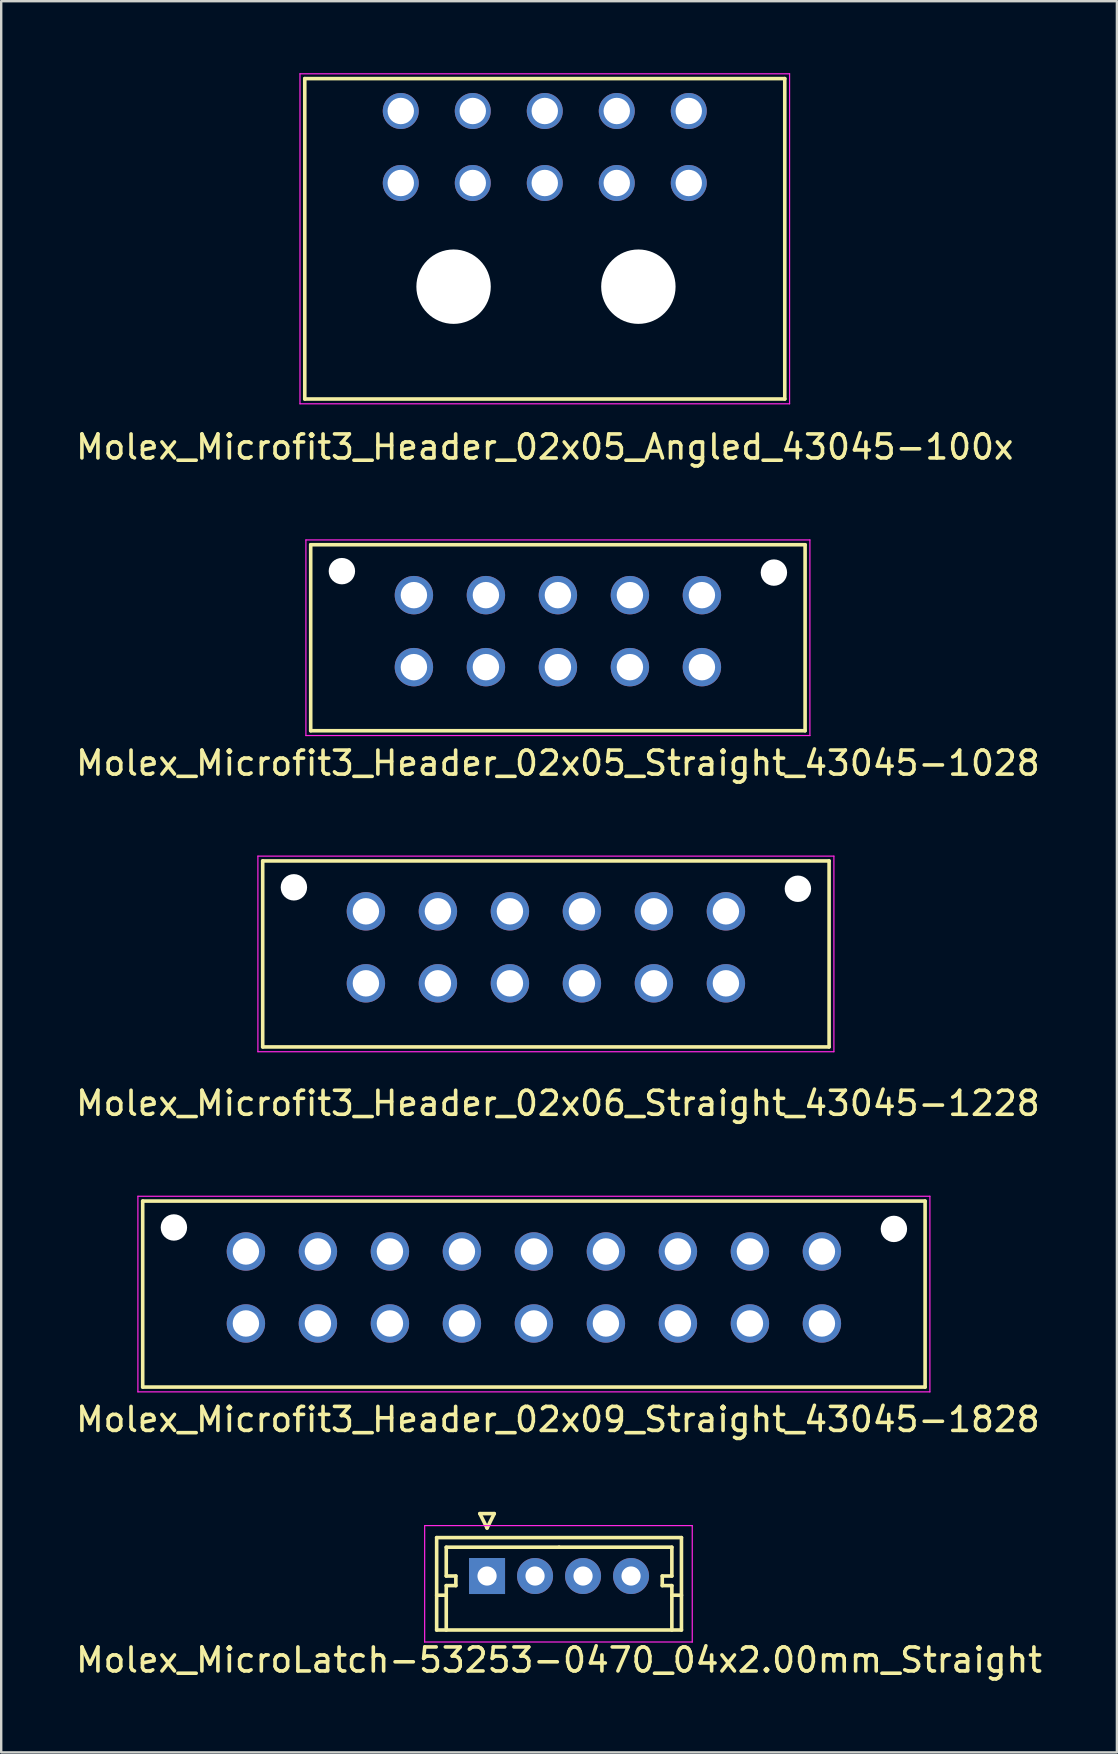
<source format=kicad_pcb>
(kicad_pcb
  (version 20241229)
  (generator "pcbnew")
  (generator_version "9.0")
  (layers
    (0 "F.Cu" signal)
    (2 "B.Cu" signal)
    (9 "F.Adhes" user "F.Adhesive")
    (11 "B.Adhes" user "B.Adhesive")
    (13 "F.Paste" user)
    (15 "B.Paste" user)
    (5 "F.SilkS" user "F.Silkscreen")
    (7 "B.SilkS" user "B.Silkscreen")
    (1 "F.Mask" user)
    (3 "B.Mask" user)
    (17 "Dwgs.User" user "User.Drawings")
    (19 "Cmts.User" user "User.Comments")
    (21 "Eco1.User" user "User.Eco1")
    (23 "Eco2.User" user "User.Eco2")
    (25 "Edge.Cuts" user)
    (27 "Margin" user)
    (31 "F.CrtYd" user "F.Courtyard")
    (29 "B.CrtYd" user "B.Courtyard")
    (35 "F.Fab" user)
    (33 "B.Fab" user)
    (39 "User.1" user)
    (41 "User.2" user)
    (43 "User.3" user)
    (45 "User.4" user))
  (footprint "Molex_MicroLatch-53253-0470_04x2.00mm_Straight"
    (layer "F.Cu")
    (at 17.244 62.618)
    (property "Reference" "Molex_MicroLatch-53253-0470_04x2.00mm_Straight" (at 3 3.5 0) (layer "F.SilkS") (effects (font (size 1 1) (thickness 0.15))))
    (attr through_hole)
    (fp_line (start -2.1 -1.6) (end -2.1 2.25) (stroke (width 0.15) (type solid)) (layer "F.SilkS"))
    (fp_line (start -2.1 0.8) (end -1.7 0.8) (stroke (width 0.15) (type solid)) (layer "F.SilkS"))
    (fp_line (start -2.1 2.25) (end 8.1 2.25) (stroke (width 0.15) (type solid)) (layer "F.SilkS"))
    (fp_line (start -1.7 -1.2) (end -1.7 0) (stroke (width 0.15) (type solid)) (layer "F.SilkS"))
    (fp_line (start -1.7 0) (end -1.3 0) (stroke (width 0.15) (type solid)) (layer "F.SilkS"))
    (fp_line (start -1.7 0.4) (end -1.7 2.25) (stroke (width 0.15) (type solid)) (layer "F.SilkS"))
    (fp_line (start -1.3 0) (end -1.3 0.4) (stroke (width 0.15) (type solid)) (layer "F.SilkS"))
    (fp_line (start -1.3 0.4) (end -1.7 0.4) (stroke (width 0.15) (type solid)) (layer "F.SilkS"))
    (fp_line (start -0.3 -2.6) (end 0.3 -2.6) (stroke (width 0.15) (type solid)) (layer "F.SilkS"))
    (fp_line (start 0 -2) (end -0.3 -2.6) (stroke (width 0.15) (type solid)) (layer "F.SilkS"))
    (fp_line (start 0.3 -2.6) (end 0 -2) (stroke (width 0.15) (type solid)) (layer "F.SilkS"))
    (fp_line (start 3 -1.2) (end -1.7 -1.2) (stroke (width 0.15) (type solid)) (layer "F.SilkS"))
    (fp_line (start 3 -1.2) (end 7.7 -1.2) (stroke (width 0.15) (type solid)) (layer "F.SilkS"))
    (fp_line (start 7.3 0) (end 7.3 0.4) (stroke (width 0.15) (type solid)) (layer "F.SilkS"))
    (fp_line (start 7.3 0.4) (end 7.7 0.4) (stroke (width 0.15) (type solid)) (layer "F.SilkS"))
    (fp_line (start 7.7 -1.2) (end 7.7 0) (stroke (width 0.15) (type solid)) (layer "F.SilkS"))
    (fp_line (start 7.7 0) (end 7.3 0) (stroke (width 0.15) (type solid)) (layer "F.SilkS"))
    (fp_line (start 7.7 0.4) (end 7.7 2.25) (stroke (width 0.15) (type solid)) (layer "F.SilkS"))
    (fp_line (start 8.1 -1.6) (end -2.1 -1.6) (stroke (width 0.15) (type solid)) (layer "F.SilkS"))
    (fp_line (start 8.1 0.8) (end 7.7 0.8) (stroke (width 0.15) (type solid)) (layer "F.SilkS"))
    (fp_line (start 8.1 2.25) (end 8.1 -1.6) (stroke (width 0.15) (type solid)) (layer "F.SilkS"))
    (fp_line (start -2.6 -2.1) (end -2.6 2.75) (stroke (width 0.05) (type solid)) (layer "F.CrtYd"))
    (fp_line (start -2.6 2.75) (end 8.55 2.75) (stroke (width 0.05) (type solid)) (layer "F.CrtYd"))
    (fp_line (start 8.55 -2.1) (end -2.6 -2.1) (stroke (width 0.05) (type solid)) (layer "F.CrtYd"))
    (fp_line (start 8.55 2.75) (end 8.55 -2.1) (stroke (width 0.05) (type solid)) (layer "F.CrtYd"))
    (pad "1" thru_hole rect (at 0 0) (size 1.5 1.5) (drill 0.8) (layers "*.Cu" "*.Mask"))
    (pad "2" thru_hole circle (at 2 0) (size 1.5 1.5) (drill 0.8) (layers "*.Cu" "*.Mask"))
    (pad "3" thru_hole circle (at 4 0) (size 1.5 1.5) (drill 0.8) (layers "*.Cu" "*.Mask"))
    (pad "4" thru_hole circle (at 6 0) (size 1.5 1.5) (drill 0.8) (layers "*.Cu" "*.Mask")))
  (footprint "Molex_Microfit3_Header_02x09_Straight_43045-1828"
    (layer "F.Cu")
    (at 31.196 52.095)
    (property "Reference" "Molex_Microfit3_Header_02x09_Straight_43045-1828" (at -11 4 0) (layer "F.SilkS") (effects (font (size 1 1) (thickness 0.15))))
    (attr through_hole)
    (fp_line (start -28.3 2.65) (end -28.3 -5.1) (stroke (width 0.15) (type solid)) (layer "F.SilkS"))
    (fp_line (start 4.3 -5.1) (end -28.3 -5.1) (stroke (width 0.15) (type solid)) (layer "F.SilkS"))
    (fp_line (start 4.3 2.65) (end -28.3 2.65) (stroke (width 0.15) (type solid)) (layer "F.SilkS"))
    (fp_line (start 4.3 2.65) (end 4.3 -5.1) (stroke (width 0.15) (type solid)) (layer "F.SilkS"))
    (fp_line (start -28.5 2.85) (end -28.5 -5.3) (stroke (width 0.05) (type solid)) (layer "F.CrtYd"))
    (fp_line (start 4.5 -5.3) (end -28.5 -5.3) (stroke (width 0.05) (type solid)) (layer "F.CrtYd"))
    (fp_line (start 4.5 2.85) (end -28.5 2.85) (stroke (width 0.05) (type solid)) (layer "F.CrtYd"))
    (fp_line (start 4.5 2.85) (end 4.5 -5.3) (stroke (width 0.05) (type solid)) (layer "F.CrtYd"))
    (pad "" np_thru_hole circle (at -27 -4) (size 1.1 1.1) (drill 1.1) (layers "*.Cu" "*.Mask"))
    (pad "" np_thru_hole circle (at 3 -3.94) (size 1.1 1.1) (drill 1.1) (layers "*.Cu" "*.Mask"))
    (pad "1" thru_hole circle (at 0 0) (size 1.6 1.6) (drill 1.1) (layers "*.Cu" "*.Mask"))
    (pad "2" thru_hole circle (at -3 0) (size 1.6 1.6) (drill 1.1) (layers "*.Cu" "*.Mask"))
    (pad "3" thru_hole circle (at -6 0) (size 1.6 1.6) (drill 1.1) (layers "*.Cu" "*.Mask"))
    (pad "4" thru_hole circle (at -9 0) (size 1.6 1.6) (drill 1.1) (layers "*.Cu" "*.Mask"))
    (pad "5" thru_hole circle (at -12 0) (size 1.6 1.6) (drill 1.1) (layers "*.Cu" "*.Mask"))
    (pad "6" thru_hole circle (at -15 0) (size 1.6 1.6) (drill 1.1) (layers "*.Cu" "*.Mask"))
    (pad "7" thru_hole circle (at -18 0) (size 1.6 1.6) (drill 1.1) (layers "*.Cu" "*.Mask"))
    (pad "8" thru_hole circle (at -21 0) (size 1.6 1.6) (drill 1.1) (layers "*.Cu" "*.Mask"))
    (pad "9" thru_hole circle (at -24 0) (size 1.6 1.6) (drill 1.1) (layers "*.Cu" "*.Mask"))
    (pad "10" thru_hole circle (at 0 -3) (size 1.6 1.6) (drill 1.1) (layers "*.Cu" "*.Mask"))
    (pad "11" thru_hole circle (at -3 -3) (size 1.6 1.6) (drill 1.1) (layers "*.Cu" "*.Mask"))
    (pad "12" thru_hole circle (at -6 -3) (size 1.6 1.6) (drill 1.1) (layers "*.Cu" "*.Mask"))
    (pad "13" thru_hole circle (at -9 -3) (size 1.6 1.6) (drill 1.1) (layers "*.Cu" "*.Mask"))
    (pad "14" thru_hole circle (at -12 -3) (size 1.6 1.6) (drill 1.1) (layers "*.Cu" "*.Mask"))
    (pad "15" thru_hole circle (at -15 -3) (size 1.6 1.6) (drill 1.1) (layers "*.Cu" "*.Mask"))
    (pad "16" thru_hole circle (at -18 -3) (size 1.6 1.6) (drill 1.1) (layers "*.Cu" "*.Mask"))
    (pad "17" thru_hole circle (at -21 -3) (size 1.6 1.6) (drill 1.1) (layers "*.Cu" "*.Mask"))
    (pad "18" thru_hole circle (at -24 -3) (size 1.6 1.6) (drill 1.1) (layers "*.Cu" "*.Mask")))
  (footprint "Molex_Microfit3_Header_02x05_Straight_43045-1028"
    (layer "F.Cu")
    (at 26.196 24.748)
    (property "Reference" "Molex_Microfit3_Header_02x05_Straight_43045-1028" (at -6 4 0) (layer "F.SilkS") (effects (font (size 1 1) (thickness 0.15))))
    (attr through_hole)
    (fp_line (start -16.3 2.65) (end -16.3 -5.1) (stroke (width 0.15) (type solid)) (layer "F.SilkS"))
    (fp_line (start 4.3 -5.1) (end -16.3 -5.1) (stroke (width 0.15) (type solid)) (layer "F.SilkS"))
    (fp_line (start 4.3 2.65) (end -16.3 2.65) (stroke (width 0.15) (type solid)) (layer "F.SilkS"))
    (fp_line (start 4.3 2.65) (end 4.3 -5.1) (stroke (width 0.15) (type solid)) (layer "F.SilkS"))
    (fp_line (start -16.5 2.85) (end -16.5 -5.3) (stroke (width 0.05) (type solid)) (layer "F.CrtYd"))
    (fp_line (start 4.5 -5.3) (end -16.5 -5.3) (stroke (width 0.05) (type solid)) (layer "F.CrtYd"))
    (fp_line (start 4.5 2.85) (end -16.5 2.85) (stroke (width 0.05) (type solid)) (layer "F.CrtYd"))
    (fp_line (start 4.5 2.85) (end 4.5 -5.3) (stroke (width 0.05) (type solid)) (layer "F.CrtYd"))
    (pad "" np_thru_hole circle (at -15 -4) (size 1.1 1.1) (drill 1.1) (layers "*.Cu" "*.Mask"))
    (pad "" np_thru_hole circle (at 3 -3.94) (size 1.1 1.1) (drill 1.1) (layers "*.Cu" "*.Mask"))
    (pad "1" thru_hole circle (at 0 0) (size 1.6 1.6) (drill 1.1) (layers "*.Cu" "*.Mask"))
    (pad "2" thru_hole circle (at -3 0) (size 1.6 1.6) (drill 1.1) (layers "*.Cu" "*.Mask"))
    (pad "3" thru_hole circle (at -6 0) (size 1.6 1.6) (drill 1.1) (layers "*.Cu" "*.Mask"))
    (pad "4" thru_hole circle (at -9 0) (size 1.6 1.6) (drill 1.1) (layers "*.Cu" "*.Mask"))
    (pad "5" thru_hole circle (at -12 0) (size 1.6 1.6) (drill 1.1) (layers "*.Cu" "*.Mask"))
    (pad "6" thru_hole circle (at 0 -3) (size 1.6 1.6) (drill 1.1) (layers "*.Cu" "*.Mask"))
    (pad "7" thru_hole circle (at -3 -3) (size 1.6 1.6) (drill 1.1) (layers "*.Cu" "*.Mask"))
    (pad "8" thru_hole circle (at -6 -3) (size 1.6 1.6) (drill 1.1) (layers "*.Cu" "*.Mask"))
    (pad "9" thru_hole circle (at -9 -3) (size 1.6 1.6) (drill 1.1) (layers "*.Cu" "*.Mask"))
    (pad "10" thru_hole circle (at -12 -3) (size 1.6 1.6) (drill 1.1) (layers "*.Cu" "*.Mask")))
  (footprint "Molex_Microfit3_Header_02x05_Angled_43045-100x"
    (layer "F.Cu")
    (at 25.649 4.575)
    (property "Reference" "Molex_Microfit3_Header_02x05_Angled_43045-100x" (at -6 11 0) (layer "F.SilkS") (effects (font (size 1 1) (thickness 0.15))))
    (attr through_hole)
    (fp_line (start -16 -4.35) (end 4 -4.35) (stroke (width 0.15) (type solid)) (layer "F.SilkS"))
    (fp_line (start -16 9) (end -16 -4.35) (stroke (width 0.15) (type solid)) (layer "F.SilkS"))
    (fp_line (start 4 -4.35) (end 4 9) (stroke (width 0.15) (type solid)) (layer "F.SilkS"))
    (fp_line (start 4 9) (end -16 9) (stroke (width 0.15) (type solid)) (layer "F.SilkS"))
    (fp_line (start -16.2 -4.55) (end -16.2 9.2) (stroke (width 0.05) (type solid)) (layer "F.CrtYd"))
    (fp_line (start -16.2 9.2) (end 4.2 9.2) (stroke (width 0.05) (type solid)) (layer "F.CrtYd"))
    (fp_line (start 4.2 -4.55) (end -16.2 -4.55) (stroke (width 0.05) (type solid)) (layer "F.CrtYd"))
    (fp_line (start 4.2 9.2) (end 4.2 -4.55) (stroke (width 0.05) (type solid)) (layer "F.CrtYd"))
    (pad "" np_thru_hole circle (at -9.8 4.32) (size 3.1 3.1) (drill 3.1) (layers "*.Cu" "*.Mask"))
    (pad "" np_thru_hole circle (at -2.1 4.32) (size 3.1 3.1) (drill 3.1) (layers "*.Cu" "*.Mask"))
    (pad "1" thru_hole circle (at 0 0) (size 1.5 1.5) (drill 1.1) (layers "*.Cu" "*.Mask"))
    (pad "2" thru_hole circle (at -3 0) (size 1.5 1.5) (drill 1.1) (layers "*.Cu" "*.Mask"))
    (pad "3" thru_hole circle (at -6 0) (size 1.5 1.5) (drill 1.1) (layers "*.Cu" "*.Mask"))
    (pad "4" thru_hole circle (at -9 0) (size 1.5 1.5) (drill 1.1) (layers "*.Cu" "*.Mask"))
    (pad "5" thru_hole circle (at -12 0) (size 1.5 1.5) (drill 1.1) (layers "*.Cu" "*.Mask"))
    (pad "6" thru_hole circle (at 0 -3) (size 1.5 1.5) (drill 1.1) (layers "*.Cu" "*.Mask"))
    (pad "7" thru_hole circle (at -3 -3) (size 1.5 1.5) (drill 1.1) (layers "*.Cu" "*.Mask"))
    (pad "8" thru_hole circle (at -6 -3) (size 1.5 1.5) (drill 1.1) (layers "*.Cu" "*.Mask"))
    (pad "9" thru_hole circle (at -9 -3) (size 1.5 1.5) (drill 1.1) (layers "*.Cu" "*.Mask"))
    (pad "10" thru_hole circle (at -12 -3) (size 1.5 1.5) (drill 1.1) (layers "*.Cu" "*.Mask")))
  (footprint "Molex_Microfit3_Header_02x06_Straight_43045-1228"
    (layer "F.Cu")
    (at 27.196 37.922)
    (property "Reference" "Molex_Microfit3_Header_02x06_Straight_43045-1228" (at -7 5 0) (layer "F.SilkS") (effects (font (size 1 1) (thickness 0.15))))
    (attr through_hole)
    (fp_line (start -19.3 2.65) (end -19.3 -5.1) (stroke (width 0.15) (type solid)) (layer "F.SilkS"))
    (fp_line (start 4.3 -5.1) (end -19.3 -5.1) (stroke (width 0.15) (type solid)) (layer "F.SilkS"))
    (fp_line (start 4.3 2.65) (end -19.3 2.65) (stroke (width 0.15) (type solid)) (layer "F.SilkS"))
    (fp_line (start 4.3 2.65) (end 4.3 -5.1) (stroke (width 0.15) (type solid)) (layer "F.SilkS"))
    (fp_line (start -19.5 2.85) (end -19.5 -5.3) (stroke (width 0.05) (type solid)) (layer "F.CrtYd"))
    (fp_line (start 4.5 -5.3) (end -19.5 -5.3) (stroke (width 0.05) (type solid)) (layer "F.CrtYd"))
    (fp_line (start 4.5 2.85) (end -19.5 2.85) (stroke (width 0.05) (type solid)) (layer "F.CrtYd"))
    (fp_line (start 4.5 2.85) (end 4.5 -5.3) (stroke (width 0.05) (type solid)) (layer "F.CrtYd"))
    (pad "" np_thru_hole circle (at -18 -4) (size 1.1 1.1) (drill 1.1) (layers "*.Cu" "*.Mask"))
    (pad "" np_thru_hole circle (at 3 -3.94) (size 1.1 1.1) (drill 1.1) (layers "*.Cu" "*.Mask"))
    (pad "1" thru_hole circle (at 0 0) (size 1.6 1.6) (drill 1.1) (layers "*.Cu" "*.Mask"))
    (pad "2" thru_hole circle (at -3 0) (size 1.6 1.6) (drill 1.1) (layers "*.Cu" "*.Mask"))
    (pad "3" thru_hole circle (at -6 0) (size 1.6 1.6) (drill 1.1) (layers "*.Cu" "*.Mask"))
    (pad "4" thru_hole circle (at -9 0) (size 1.6 1.6) (drill 1.1) (layers "*.Cu" "*.Mask"))
    (pad "5" thru_hole circle (at -12 0) (size 1.6 1.6) (drill 1.1) (layers "*.Cu" "*.Mask"))
    (pad "6" thru_hole circle (at -15 0) (size 1.6 1.6) (drill 1.1) (layers "*.Cu" "*.Mask"))
    (pad "7" thru_hole circle (at 0 -3) (size 1.6 1.6) (drill 1.1) (layers "*.Cu" "*.Mask"))
    (pad "8" thru_hole circle (at -3 -3) (size 1.6 1.6) (drill 1.1) (layers "*.Cu" "*.Mask"))
    (pad "9" thru_hole circle (at -6 -3) (size 1.6 1.6) (drill 1.1) (layers "*.Cu" "*.Mask"))
    (pad "10" thru_hole circle (at -9 -3) (size 1.6 1.6) (drill 1.1) (layers "*.Cu" "*.Mask"))
    (pad "11" thru_hole circle (at -12 -3) (size 1.6 1.6) (drill 1.1) (layers "*.Cu" "*.Mask"))
    (pad "12" thru_hole circle (at -15 -3) (size 1.6 1.6) (drill 1.1) (layers "*.Cu" "*.Mask")))
  (gr_rect
    (start -3 -3)
    (end 43.488 69.966)
    (stroke (width 0.1) (type default))
    (fill no)
    (layer "Edge.Cuts")))
</source>
